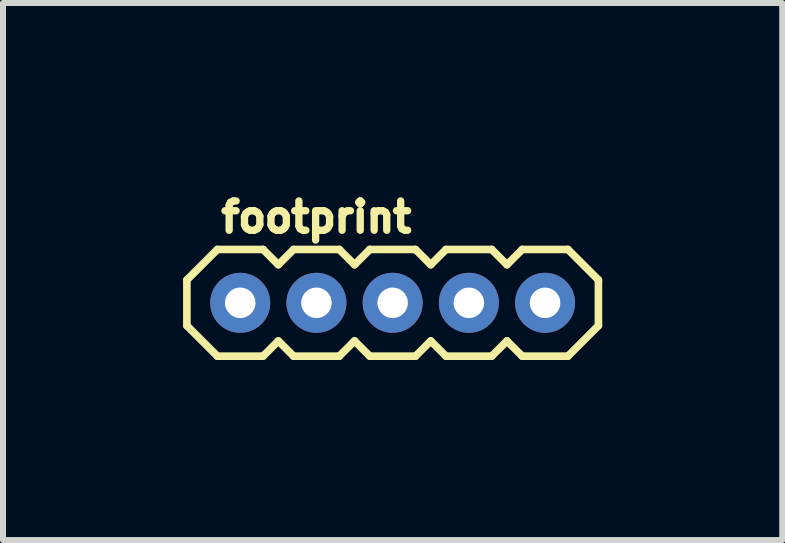
<source format=kicad_pcb>
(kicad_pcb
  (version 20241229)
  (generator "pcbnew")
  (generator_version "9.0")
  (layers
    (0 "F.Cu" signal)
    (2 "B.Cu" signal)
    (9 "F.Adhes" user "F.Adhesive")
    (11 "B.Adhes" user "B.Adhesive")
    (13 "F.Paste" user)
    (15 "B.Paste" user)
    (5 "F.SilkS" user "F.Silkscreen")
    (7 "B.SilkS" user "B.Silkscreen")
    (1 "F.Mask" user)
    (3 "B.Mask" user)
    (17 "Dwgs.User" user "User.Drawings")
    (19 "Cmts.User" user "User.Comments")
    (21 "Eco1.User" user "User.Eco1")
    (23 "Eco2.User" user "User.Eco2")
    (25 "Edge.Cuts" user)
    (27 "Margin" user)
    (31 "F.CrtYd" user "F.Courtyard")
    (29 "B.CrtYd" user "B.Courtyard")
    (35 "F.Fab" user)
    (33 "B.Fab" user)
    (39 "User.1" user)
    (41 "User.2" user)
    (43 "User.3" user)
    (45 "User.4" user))
  (footprint "footprint"
    (layer "F.Cu")
    (at 0.953 1.996)
    (property "Reference" "footprint" (at -0.381 -1.143 0) (layer "F.SilkS") (effects (font (size 0.488 0.488) (thickness 0.122)) (justify left bottom)))
    (fp_line (start -0.889 -0.381) (end -0.889 0.381) (stroke (width 0.127) (type solid)) (layer "F.SilkS"))
    (fp_line (start -0.889 0.381) (end -0.381 0.889) (stroke (width 0.127) (type solid)) (layer "F.SilkS"))
    (fp_line (start -0.381 -0.889) (end -0.889 -0.381) (stroke (width 0.127) (type solid)) (layer "F.SilkS"))
    (fp_line (start -0.381 0.889) (end 0.381 0.889) (stroke (width 0.127) (type solid)) (layer "F.SilkS"))
    (fp_line (start 0.381 -0.889) (end -0.381 -0.889) (stroke (width 0.127) (type solid)) (layer "F.SilkS"))
    (fp_line (start 0.381 0.889) (end 0.635 0.635) (stroke (width 0.127) (type solid)) (layer "F.SilkS"))
    (fp_line (start 0.635 -0.635) (end 0.381 -0.889) (stroke (width 0.127) (type solid)) (layer "F.SilkS"))
    (fp_line (start 0.635 0.635) (end 0.889 0.889) (stroke (width 0.127) (type solid)) (layer "F.SilkS"))
    (fp_line (start 0.889 -0.889) (end 0.635 -0.635) (stroke (width 0.127) (type solid)) (layer "F.SilkS"))
    (fp_line (start 0.889 0.889) (end 1.651 0.889) (stroke (width 0.127) (type solid)) (layer "F.SilkS"))
    (fp_line (start 1.651 -0.889) (end 0.889 -0.889) (stroke (width 0.127) (type solid)) (layer "F.SilkS"))
    (fp_line (start 1.651 0.889) (end 1.905 0.635) (stroke (width 0.127) (type solid)) (layer "F.SilkS"))
    (fp_line (start 1.905 -0.635) (end 1.651 -0.889) (stroke (width 0.127) (type solid)) (layer "F.SilkS"))
    (fp_line (start 1.905 0.635) (end 2.159 0.889) (stroke (width 0.127) (type solid)) (layer "F.SilkS"))
    (fp_line (start 2.159 -0.889) (end 1.905 -0.635) (stroke (width 0.127) (type solid)) (layer "F.SilkS"))
    (fp_line (start 2.159 0.889) (end 2.921 0.889) (stroke (width 0.127) (type solid)) (layer "F.SilkS"))
    (fp_line (start 2.921 -0.889) (end 2.159 -0.889) (stroke (width 0.127) (type solid)) (layer "F.SilkS"))
    (fp_line (start 2.921 0.889) (end 3.175 0.635) (stroke (width 0.127) (type solid)) (layer "F.SilkS"))
    (fp_line (start 3.175 -0.635) (end 2.921 -0.889) (stroke (width 0.127) (type solid)) (layer "F.SilkS"))
    (fp_line (start 3.175 0.635) (end 3.429 0.889) (stroke (width 0.127) (type solid)) (layer "F.SilkS"))
    (fp_line (start 3.429 -0.889) (end 3.175 -0.635) (stroke (width 0.127) (type solid)) (layer "F.SilkS"))
    (fp_line (start 3.429 0.889) (end 4.191 0.889) (stroke (width 0.127) (type solid)) (layer "F.SilkS"))
    (fp_line (start 4.191 -0.889) (end 3.429 -0.889) (stroke (width 0.127) (type solid)) (layer "F.SilkS"))
    (fp_line (start 4.191 0.889) (end 4.445 0.635) (stroke (width 0.127) (type solid)) (layer "F.SilkS"))
    (fp_line (start 4.445 -0.635) (end 4.191 -0.889) (stroke (width 0.127) (type solid)) (layer "F.SilkS"))
    (fp_line (start 4.445 0.635) (end 4.699 0.889) (stroke (width 0.127) (type solid)) (layer "F.SilkS"))
    (fp_line (start 4.699 -0.889) (end 4.445 -0.635) (stroke (width 0.127) (type solid)) (layer "F.SilkS"))
    (fp_line (start 4.699 0.889) (end 5.461 0.889) (stroke (width 0.127) (type solid)) (layer "F.SilkS"))
    (fp_line (start 5.461 -0.889) (end 4.699 -0.889) (stroke (width 0.127) (type solid)) (layer "F.SilkS"))
    (fp_line (start 5.461 -0.889) (end 5.969 -0.381) (stroke (width 0.127) (type solid)) (layer "F.SilkS"))
    (fp_line (start 5.969 -0.381) (end 5.969 0.381) (stroke (width 0.127) (type solid)) (layer "F.SilkS"))
    (fp_line (start 5.969 0.381) (end 5.461 0.889) (stroke (width 0.127) (type solid)) (layer "F.SilkS"))
    (pad "1" thru_hole circle (at 0 0) (size 1 1) (drill 0.508) (layers "*.Cu" "*.Mask"))
    (pad "2" thru_hole circle (at 1.27 0) (size 1 1) (drill 0.508) (layers "*.Cu" "*.Mask"))
    (pad "3" thru_hole circle (at 2.54 0) (size 1 1) (drill 0.508) (layers "*.Cu" "*.Mask"))
    (pad "4" thru_hole circle (at 3.81 0) (size 1 1) (drill 0.508) (layers "*.Cu" "*.Mask"))
    (pad "5" thru_hole circle (at 5.08 0) (size 1 1) (drill 0.508) (layers "*.Cu" "*.Mask")))
  (gr_rect
    (start -3 -3)
    (end 9.985 5.949)
    (stroke (width 0.1) (type default))
    (fill no)
    (layer "Edge.Cuts")))
</source>
